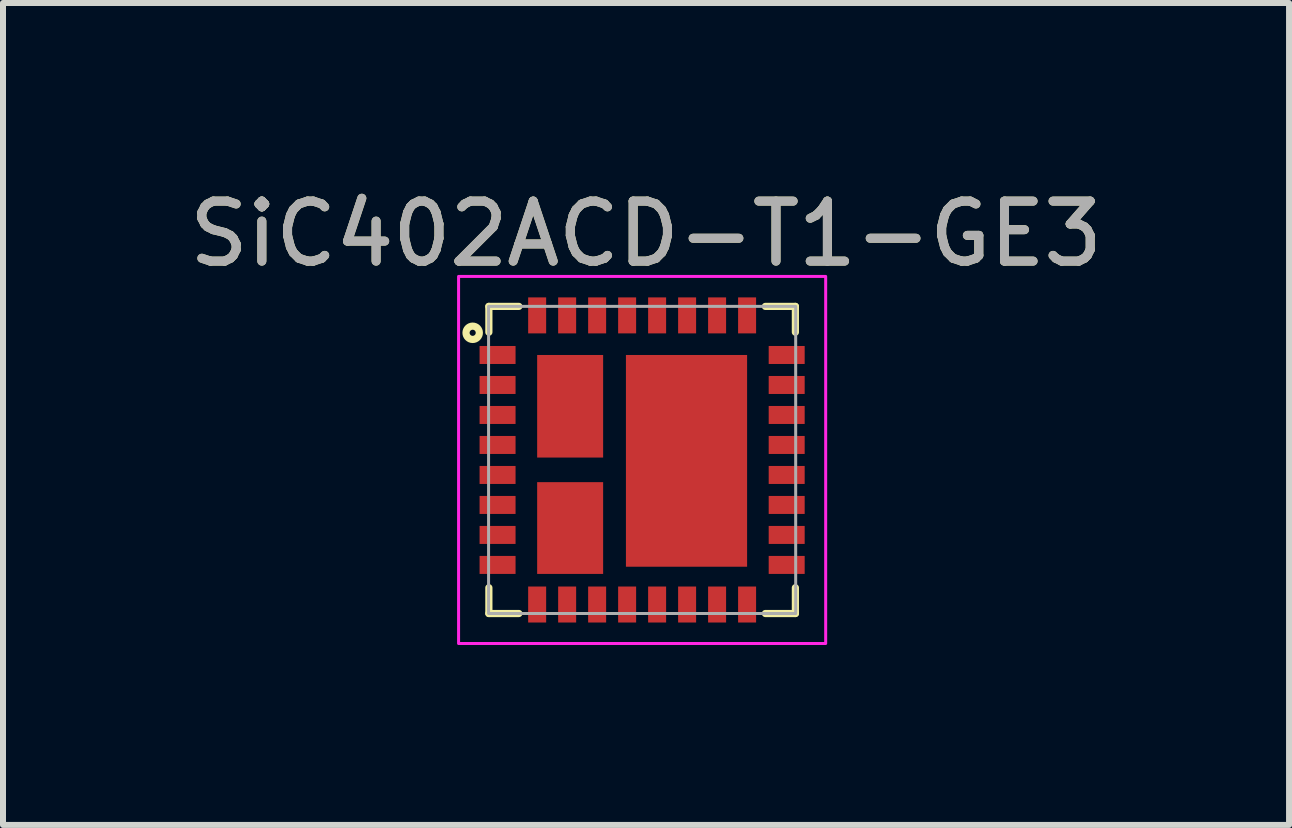
<source format=kicad_pcb>
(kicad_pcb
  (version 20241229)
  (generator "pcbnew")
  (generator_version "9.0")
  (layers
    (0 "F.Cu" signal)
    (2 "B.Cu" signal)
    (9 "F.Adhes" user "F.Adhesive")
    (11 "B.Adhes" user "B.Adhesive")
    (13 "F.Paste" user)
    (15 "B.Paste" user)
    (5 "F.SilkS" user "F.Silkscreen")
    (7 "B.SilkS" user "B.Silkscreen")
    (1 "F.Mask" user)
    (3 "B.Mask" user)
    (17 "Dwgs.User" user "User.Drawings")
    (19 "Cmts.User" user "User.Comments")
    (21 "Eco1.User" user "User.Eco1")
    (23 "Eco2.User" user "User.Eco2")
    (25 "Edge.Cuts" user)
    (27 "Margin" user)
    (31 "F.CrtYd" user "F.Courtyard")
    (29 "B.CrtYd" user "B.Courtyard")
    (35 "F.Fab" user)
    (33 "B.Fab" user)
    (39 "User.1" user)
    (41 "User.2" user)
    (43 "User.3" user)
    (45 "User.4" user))
  (footprint "SiC402ACD-T1-GE3"
    (layer "F.Cu")
    (at 5.32 2.868)
    (property "Reference" "SiC402ACD-T1-GE3" (at 2.4 -2.02 0) (unlocked yes) (layer "F.SilkS") (effects (font (size 1 1) (thickness 0.15))))
    (attr smd)
    (fp_line (start -0.22 -0.81) (end -0.22 -0.38) (stroke (width 0.12) (type default)) (layer "F.SilkS"))
    (fp_line (start -0.22 -0.81) (end 0.28 -0.81) (stroke (width 0.12) (type default)) (layer "F.SilkS"))
    (fp_line (start -0.22 4.31) (end -0.22 3.88) (stroke (width 0.12) (type default)) (layer "F.SilkS"))
    (fp_line (start -0.22 4.31) (end 0.28 4.31) (stroke (width 0.12) (type default)) (layer "F.SilkS"))
    (fp_line (start 4.89 -0.81) (end 4.39 -0.81) (stroke (width 0.12) (type default)) (layer "F.SilkS"))
    (fp_line (start 4.89 -0.81) (end 4.89 -0.38) (stroke (width 0.12) (type default)) (layer "F.SilkS"))
    (fp_line (start 4.89 4.31) (end 4.39 4.31) (stroke (width 0.12) (type default)) (layer "F.SilkS"))
    (fp_line (start 4.89 4.31) (end 4.89 3.88) (stroke (width 0.12) (type default)) (layer "F.SilkS"))
    (fp_circle (center -0.49 -0.37) (end -0.44 -0.38) (stroke (width 0.12) (type default)) (fill no) (layer "F.SilkS"))
    (fp_rect (start -0.725 -1.31) (end 5.395 4.81) (stroke (width 0.05) (type default)) (fill no) (layer "F.CrtYd"))
    (fp_rect (start -0.225 -0.81) (end 4.895 4.31) (stroke (width 0.05) (type default)) (fill no) (layer "F.Fab"))
    (fp_text user "${REFERENCE}" (at 2.4 -2.02 0) (unlocked yes) (layer "F.Fab") (effects (font (size 1 1) (thickness 0.15))))
    (pad "1" smd rect (at -0.075 0) (size 0.6 0.3) (layers "F.Cu" "F.Mask" "F.Paste"))
    (pad "2" smd rect (at -0.075 0.5) (size 0.6 0.3) (layers "F.Cu" "F.Mask" "F.Paste"))
    (pad "3" smd rect (at -0.075 1) (size 0.6 0.3) (layers "F.Cu" "F.Mask" "F.Paste"))
    (pad "4" smd rect (at -0.075 1.5) (size 0.6 0.3) (layers "F.Cu" "F.Mask" "F.Paste"))
    (pad "5" smd rect (at -0.075 2) (size 0.6 0.3) (layers "F.Cu" "F.Mask" "F.Paste"))
    (pad "6" smd rect (at -0.075 2.5) (size 0.6 0.3) (layers "F.Cu" "F.Mask" "F.Paste"))
    (pad "7" smd rect (at -0.075 3) (size 0.6 0.3) (layers "F.Cu" "F.Mask" "F.Paste"))
    (pad "8" smd rect (at -0.075 3.5) (size 0.6 0.3) (layers "F.Cu" "F.Mask" "F.Paste"))
    (pad "9" smd rect (at 0.585 4.16 90) (size 0.6 0.3) (layers "F.Cu" "F.Mask" "F.Paste"))
    (pad "10" smd rect (at 1.085 4.16 90) (size 0.6 0.3) (layers "F.Cu" "F.Mask" "F.Paste"))
    (pad "11" smd rect (at 1.585 4.16 90) (size 0.6 0.3) (layers "F.Cu" "F.Mask" "F.Paste"))
    (pad "12" smd rect (at 2.085 4.16 90) (size 0.6 0.3) (layers "F.Cu" "F.Mask" "F.Paste"))
    (pad "13" smd rect (at 2.585 4.16 90) (size 0.6 0.3) (layers "F.Cu" "F.Mask" "F.Paste"))
    (pad "14" smd rect (at 3.085 4.16 90) (size 0.6 0.3) (layers "F.Cu" "F.Mask" "F.Paste"))
    (pad "15" smd rect (at 3.585 4.16 90) (size 0.6 0.3) (layers "F.Cu" "F.Mask" "F.Paste"))
    (pad "16" smd rect (at 4.085 4.16 90) (size 0.6 0.3) (layers "F.Cu" "F.Mask" "F.Paste"))
    (pad "17" smd rect (at 4.745 3.5) (size 0.6 0.3) (layers "F.Cu" "F.Mask" "F.Paste"))
    (pad "18" smd rect (at 4.745 3) (size 0.6 0.3) (layers "F.Cu" "F.Mask" "F.Paste"))
    (pad "19" smd rect (at 4.745 2.5) (size 0.6 0.3) (layers "F.Cu" "F.Mask" "F.Paste"))
    (pad "20" smd rect (at 4.745 2) (size 0.6 0.3) (layers "F.Cu" "F.Mask" "F.Paste"))
    (pad "21" smd rect (at 4.745 1.5) (size 0.6 0.3) (layers "F.Cu" "F.Mask" "F.Paste"))
    (pad "22" smd rect (at 4.745 1) (size 0.6 0.3) (layers "F.Cu" "F.Mask" "F.Paste"))
    (pad "23" smd rect (at 4.745 0.5) (size 0.6 0.3) (layers "F.Cu" "F.Mask" "F.Paste"))
    (pad "24" smd rect (at 4.745 0) (size 0.6 0.3) (layers "F.Cu" "F.Mask" "F.Paste"))
    (pad "25" smd rect (at 4.085 -0.66 90) (size 0.6 0.3) (layers "F.Cu" "F.Mask" "F.Paste"))
    (pad "26" smd rect (at 3.585 -0.66 90) (size 0.6 0.3) (layers "F.Cu" "F.Mask" "F.Paste"))
    (pad "27" smd rect (at 3.085 -0.66 90) (size 0.6 0.3) (layers "F.Cu" "F.Mask" "F.Paste"))
    (pad "28" smd rect (at 2.585 -0.66 90) (size 0.6 0.3) (layers "F.Cu" "F.Mask" "F.Paste"))
    (pad "29" smd rect (at 2.085 -0.66 90) (size 0.6 0.3) (layers "F.Cu" "F.Mask" "F.Paste"))
    (pad "30" smd rect (at 1.585 -0.66 90) (size 0.6 0.3) (layers "F.Cu" "F.Mask" "F.Paste"))
    (pad "31" smd rect (at 1.085 -0.66 90) (size 0.6 0.3) (layers "F.Cu" "F.Mask" "F.Paste"))
    (pad "32" smd rect (at 0.585 -0.66 90) (size 0.6 0.3) (layers "F.Cu" "F.Mask" "F.Paste"))
    (pad "PAD1" smd custom (at 1.135 0.855) (size 1.1 1.71) (layers "F.Cu" "F.Mask" "F.Paste") (options (anchor rect)) (primitives))
    (pad "PAD1" smd rect (at 1.135 2.885 90) (size 1.53 1.1) (layers "F.Cu" "F.Mask" "F.Paste"))
    (pad "PAD3" smd rect (at 3.075 1.765 90) (size 3.53 2.02) (layers "F.Cu" "F.Mask" "F.Paste")))
  (gr_rect
    (start -3 -3)
    (end 18.44 10.703)
    (stroke (width 0.1) (type default))
    (fill no)
    (layer "Edge.Cuts")))
</source>
